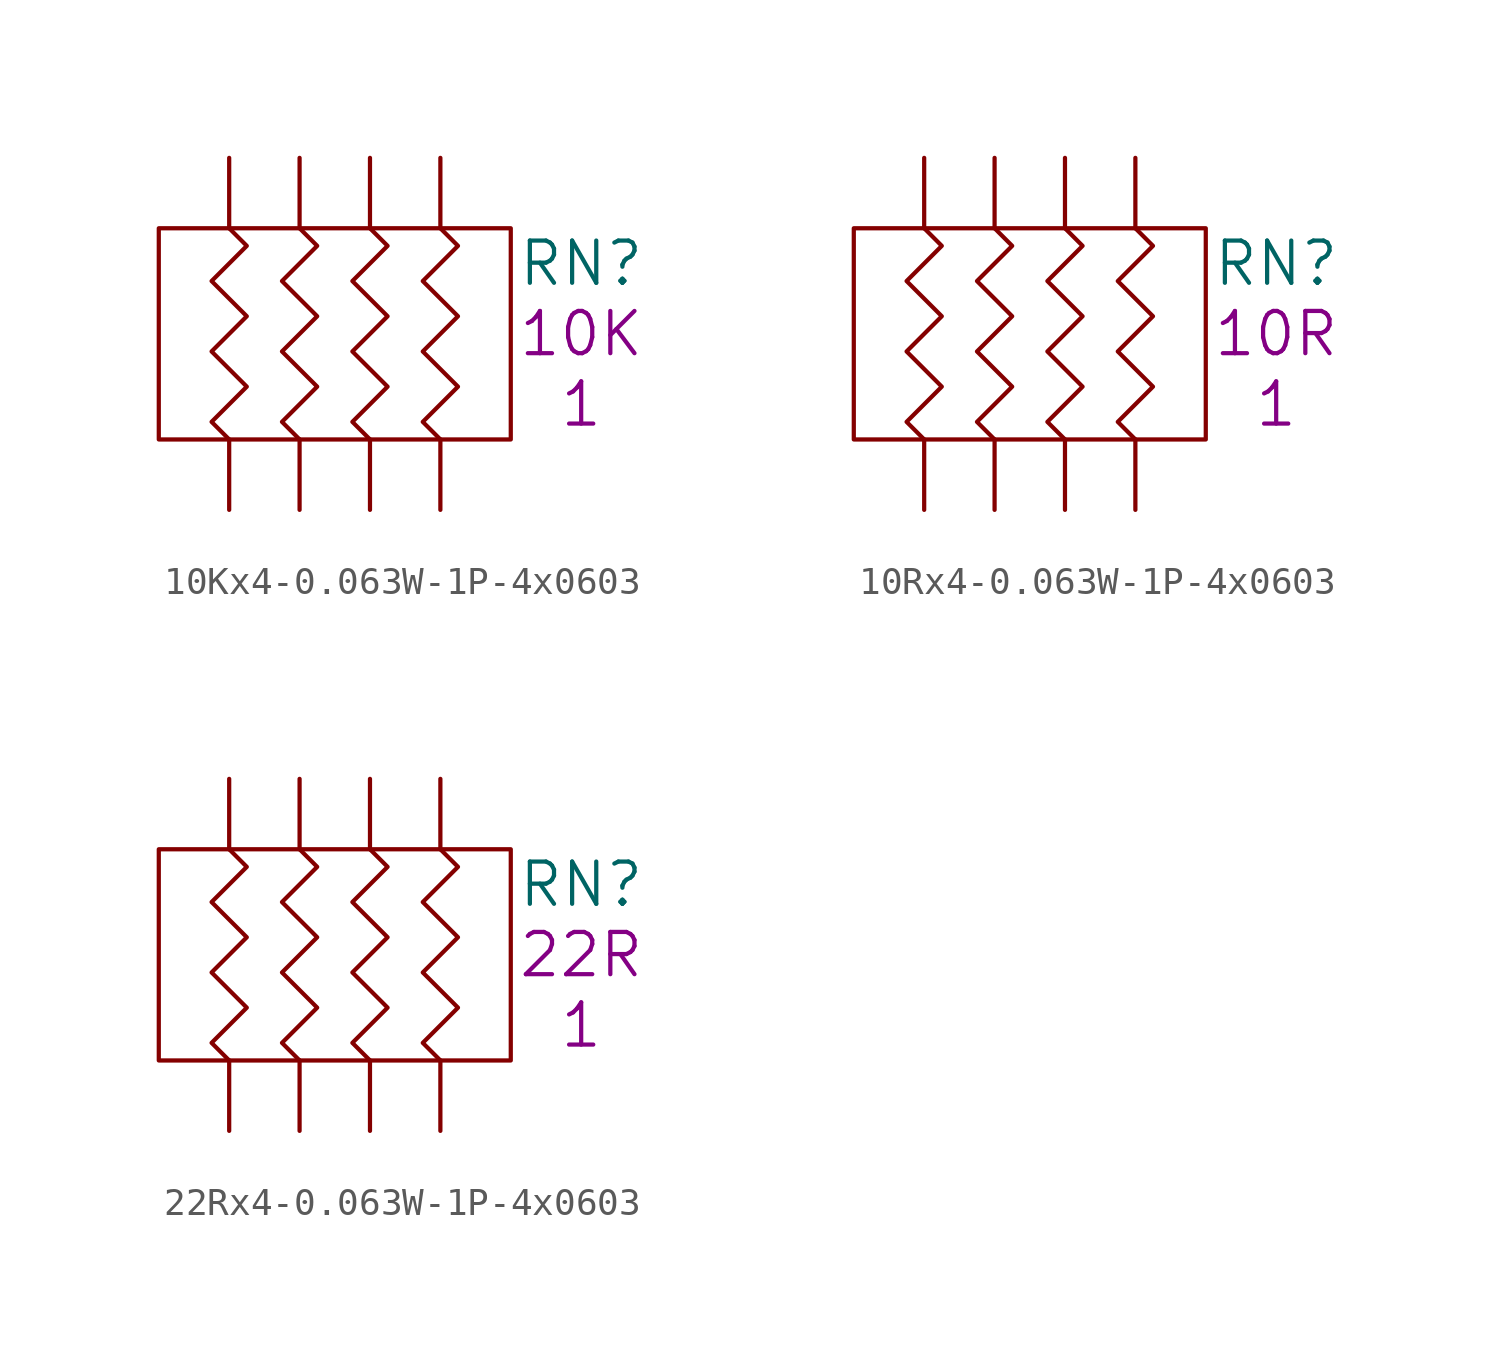
<source format=kicad_sym>
(kicad_symbol_lib
  (version 20201005)
  (generator kicad_symbol_editor)
  (symbol "S_Resistor_Network:10Kx4-0.063W-1P-4x0603"
    (pin_numbers hide)
    (pin_names
      (offset 1.27) hide)
    (property "Reference" "RN"
      (at 12.7 8.89 0)
      (effects (font (size 1.524 1.524))))
    (property "Qty" "1"
      (at 12.7 3.81 0)
      (effects (font (size 1.524 1.524))))
    (property "Desc1" "10K"
      (at 12.7 6.35 0)
      (effects (font (size 1.524 1.524))))
    (symbol "10Kx4-0.063W-1P-4x0603_0_1"
      (rectangle (start -2.54 2.54) (end 10.16 10.16) (stroke (width 0)) (fill (type none)))
      (polyline (pts (xy 0 10.16) (xy 0.635 9.525) (xy -0.635 8.255) (xy 0.635 6.985) (xy -0.635 5.715) (xy 0.635 4.445) (xy -0.635 3.175) (xy 0 2.54)) (stroke (width 0)) (fill (type none)))
      (polyline (pts (xy 2.54 10.16) (xy 3.175 9.525) (xy 1.905 8.255) (xy 3.175 6.985) (xy 1.905 5.715) (xy 3.175 4.445) (xy 1.905 3.175) (xy 2.54 2.54)) (stroke (width 0)) (fill (type none)))
      (polyline (pts (xy 5.08 10.16) (xy 5.715 9.525) (xy 4.445 8.255) (xy 5.715 6.985) (xy 4.445 5.715) (xy 5.715 4.445) (xy 4.445 3.175) (xy 5.08 2.54)) (stroke (width 0)) (fill (type none)))
      (polyline (pts (xy 7.62 10.16) (xy 8.255 9.525) (xy 6.985 8.255) (xy 8.255 6.985) (xy 6.985 5.715) (xy 8.255 4.445) (xy 6.985 3.175) (xy 7.62 2.54)) (stroke (width 0)) (fill (type none))))
    (symbol "10Kx4-0.063W-1P-4x0603_1_1"
      (pin passive line (at 0 0 90) (length 2.54) (name "1" (effects (font (size 1.27 1.27)))) (number "1" (effects (font (size 1.27 1.27)))))
      (pin passive line (at 2.54 0 90) (length 2.54) (name "2" (effects (font (size 1.27 1.27)))) (number "2" (effects (font (size 1.27 1.27)))))
      (pin passive line (at 5.08 0 90) (length 2.54) (name "3" (effects (font (size 1.27 1.27)))) (number "3" (effects (font (size 1.27 1.27)))))
      (pin passive line (at 7.62 0 90) (length 2.54) (name "4" (effects (font (size 1.27 1.27)))) (number "4" (effects (font (size 1.27 1.27)))))
      (pin passive line (at 7.62 12.7 270) (length 2.54) (name "5" (effects (font (size 1.27 1.27)))) (number "5" (effects (font (size 1.27 1.27)))))
      (pin passive line (at 5.08 12.7 270) (length 2.54) (name "6" (effects (font (size 1.27 1.27)))) (number "6" (effects (font (size 1.27 1.27)))))
      (pin passive line (at 2.54 12.7 270) (length 2.54) (name "7" (effects (font (size 1.27 1.27)))) (number "7" (effects (font (size 1.27 1.27)))))
      (pin passive line (at 0 12.7 270) (length 2.54) (name "8" (effects (font (size 1.27 1.27)))) (number "8" (effects (font (size 1.27 1.27)))))))
  (symbol "S_Resistor_Network:10Rx4-0.063W-1P-4x0603"
    (pin_numbers hide)
    (pin_names
      (offset 1.27) hide)
    (property "Reference" "RN"
      (at 12.7 8.89 0)
      (effects (font (size 1.524 1.524))))
    (property "Qty" "1"
      (at 12.7 3.81 0)
      (effects (font (size 1.524 1.524))))
    (property "Desc1" "10R"
      (at 12.7 6.35 0)
      (effects (font (size 1.524 1.524))))
    (symbol "10Rx4-0.063W-1P-4x0603_0_1"
      (rectangle (start -2.54 2.54) (end 10.16 10.16) (stroke (width 0)) (fill (type none)))
      (polyline (pts (xy 0 10.16) (xy 0.635 9.525) (xy -0.635 8.255) (xy 0.635 6.985) (xy -0.635 5.715) (xy 0.635 4.445) (xy -0.635 3.175) (xy 0 2.54)) (stroke (width 0)) (fill (type none)))
      (polyline (pts (xy 2.54 10.16) (xy 3.175 9.525) (xy 1.905 8.255) (xy 3.175 6.985) (xy 1.905 5.715) (xy 3.175 4.445) (xy 1.905 3.175) (xy 2.54 2.54)) (stroke (width 0)) (fill (type none)))
      (polyline (pts (xy 5.08 10.16) (xy 5.715 9.525) (xy 4.445 8.255) (xy 5.715 6.985) (xy 4.445 5.715) (xy 5.715 4.445) (xy 4.445 3.175) (xy 5.08 2.54)) (stroke (width 0)) (fill (type none)))
      (polyline (pts (xy 7.62 10.16) (xy 8.255 9.525) (xy 6.985 8.255) (xy 8.255 6.985) (xy 6.985 5.715) (xy 8.255 4.445) (xy 6.985 3.175) (xy 7.62 2.54)) (stroke (width 0)) (fill (type none))))
    (symbol "10Rx4-0.063W-1P-4x0603_1_1"
      (pin passive line (at 0 0 90) (length 2.54) (name "1" (effects (font (size 1.27 1.27)))) (number "1" (effects (font (size 1.27 1.27)))))
      (pin passive line (at 2.54 0 90) (length 2.54) (name "2" (effects (font (size 1.27 1.27)))) (number "2" (effects (font (size 1.27 1.27)))))
      (pin passive line (at 5.08 0 90) (length 2.54) (name "3" (effects (font (size 1.27 1.27)))) (number "3" (effects (font (size 1.27 1.27)))))
      (pin passive line (at 7.62 0 90) (length 2.54) (name "4" (effects (font (size 1.27 1.27)))) (number "4" (effects (font (size 1.27 1.27)))))
      (pin passive line (at 7.62 12.7 270) (length 2.54) (name "5" (effects (font (size 1.27 1.27)))) (number "5" (effects (font (size 1.27 1.27)))))
      (pin passive line (at 5.08 12.7 270) (length 2.54) (name "6" (effects (font (size 1.27 1.27)))) (number "6" (effects (font (size 1.27 1.27)))))
      (pin passive line (at 2.54 12.7 270) (length 2.54) (name "7" (effects (font (size 1.27 1.27)))) (number "7" (effects (font (size 1.27 1.27)))))
      (pin passive line (at 0 12.7 270) (length 2.54) (name "8" (effects (font (size 1.27 1.27)))) (number "8" (effects (font (size 1.27 1.27)))))))
  (symbol "S_Resistor_Network:22Rx4-0.063W-1P-4x0603"
    (pin_numbers hide)
    (pin_names
      (offset 1.27) hide)
    (property "Reference" "RN"
      (at 12.7 8.89 0)
      (effects (font (size 1.524 1.524))))
    (property "Qty" "1"
      (at 12.7 3.81 0)
      (effects (font (size 1.524 1.524))))
    (property "Desc1" "22R"
      (at 12.7 6.35 0)
      (effects (font (size 1.524 1.524))))
    (symbol "22Rx4-0.063W-1P-4x0603_0_1"
      (rectangle (start -2.54 2.54) (end 10.16 10.16) (stroke (width 0)) (fill (type none)))
      (polyline (pts (xy 0 10.16) (xy 0.635 9.525) (xy -0.635 8.255) (xy 0.635 6.985) (xy -0.635 5.715) (xy 0.635 4.445) (xy -0.635 3.175) (xy 0 2.54)) (stroke (width 0)) (fill (type none)))
      (polyline (pts (xy 2.54 10.16) (xy 3.175 9.525) (xy 1.905 8.255) (xy 3.175 6.985) (xy 1.905 5.715) (xy 3.175 4.445) (xy 1.905 3.175) (xy 2.54 2.54)) (stroke (width 0)) (fill (type none)))
      (polyline (pts (xy 5.08 10.16) (xy 5.715 9.525) (xy 4.445 8.255) (xy 5.715 6.985) (xy 4.445 5.715) (xy 5.715 4.445) (xy 4.445 3.175) (xy 5.08 2.54)) (stroke (width 0)) (fill (type none)))
      (polyline (pts (xy 7.62 10.16) (xy 8.255 9.525) (xy 6.985 8.255) (xy 8.255 6.985) (xy 6.985 5.715) (xy 8.255 4.445) (xy 6.985 3.175) (xy 7.62 2.54)) (stroke (width 0)) (fill (type none))))
    (symbol "22Rx4-0.063W-1P-4x0603_1_1"
      (pin passive line (at 0 0 90) (length 2.54) (name "1" (effects (font (size 1.27 1.27)))) (number "1" (effects (font (size 1.27 1.27)))))
      (pin passive line (at 2.54 0 90) (length 2.54) (name "2" (effects (font (size 1.27 1.27)))) (number "2" (effects (font (size 1.27 1.27)))))
      (pin passive line (at 5.08 0 90) (length 2.54) (name "3" (effects (font (size 1.27 1.27)))) (number "3" (effects (font (size 1.27 1.27)))))
      (pin passive line (at 7.62 0 90) (length 2.54) (name "4" (effects (font (size 1.27 1.27)))) (number "4" (effects (font (size 1.27 1.27)))))
      (pin passive line (at 7.62 12.7 270) (length 2.54) (name "5" (effects (font (size 1.27 1.27)))) (number "5" (effects (font (size 1.27 1.27)))))
      (pin passive line (at 5.08 12.7 270) (length 2.54) (name "6" (effects (font (size 1.27 1.27)))) (number "6" (effects (font (size 1.27 1.27)))))
      (pin passive line (at 2.54 12.7 270) (length 2.54) (name "7" (effects (font (size 1.27 1.27)))) (number "7" (effects (font (size 1.27 1.27)))))
      (pin passive line (at 0 12.7 270) (length 2.54) (name "8" (effects (font (size 1.27 1.27)))) (number "8" (effects (font (size 1.27 1.27))))))))
</source>
